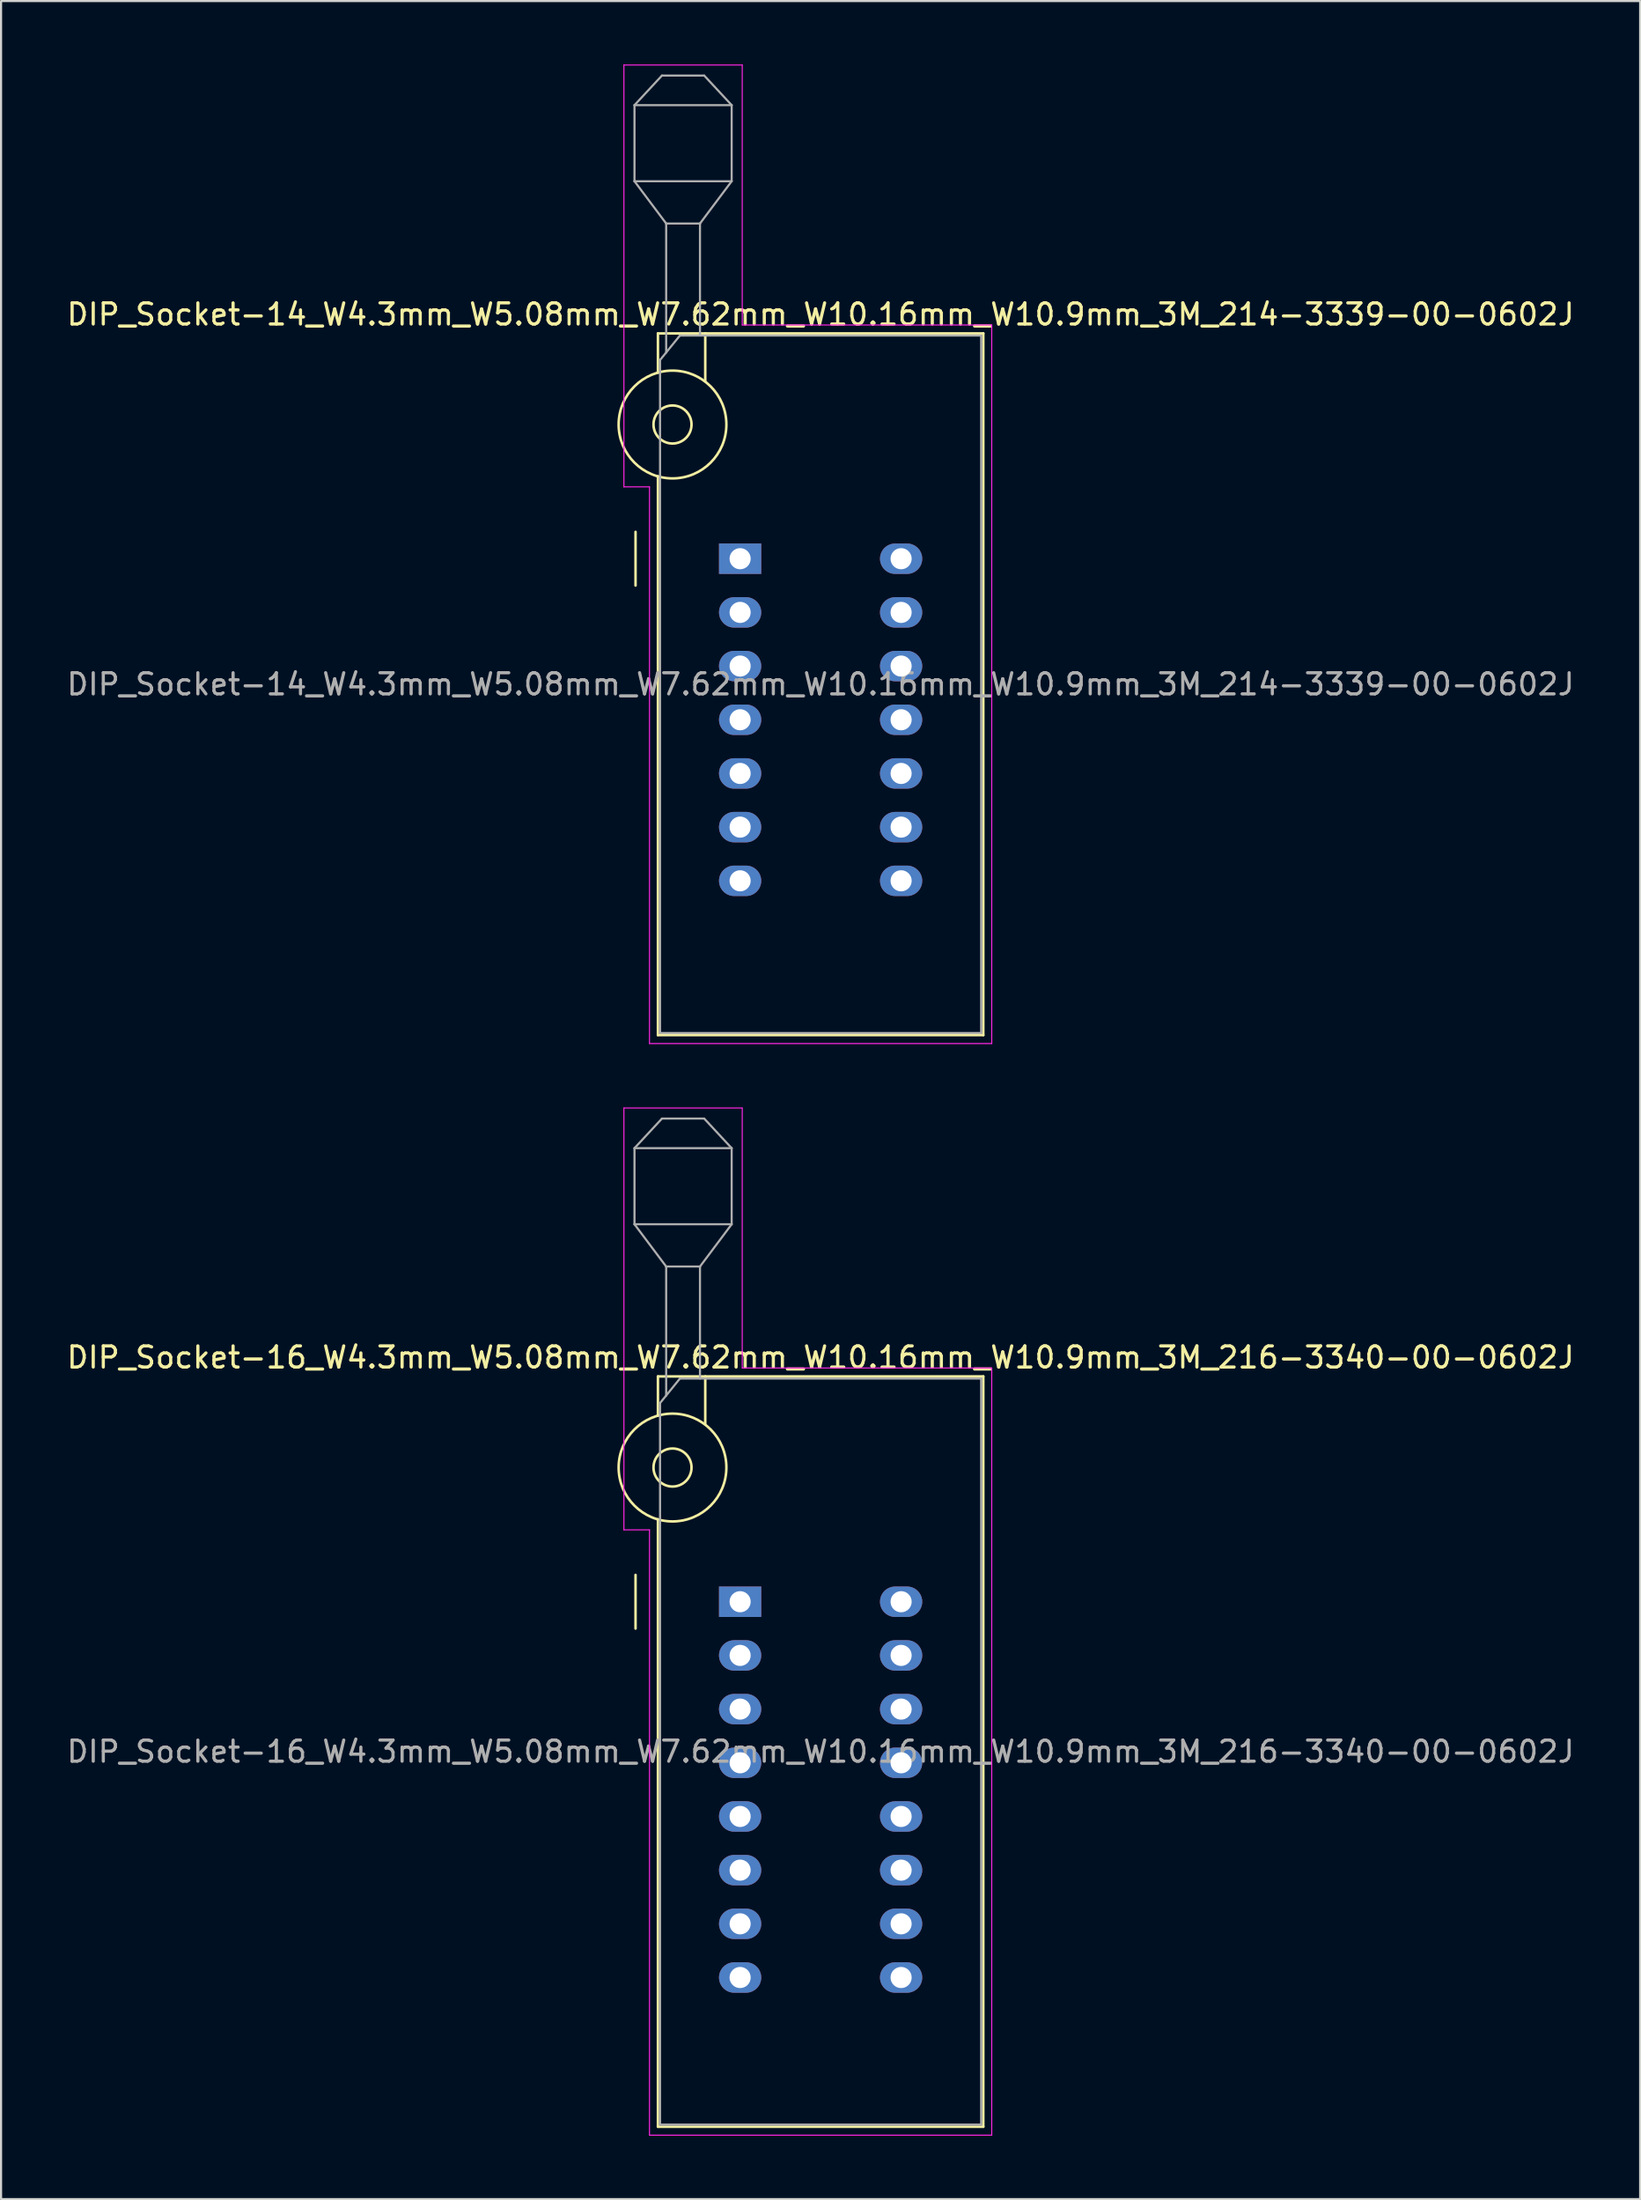
<source format=kicad_pcb>
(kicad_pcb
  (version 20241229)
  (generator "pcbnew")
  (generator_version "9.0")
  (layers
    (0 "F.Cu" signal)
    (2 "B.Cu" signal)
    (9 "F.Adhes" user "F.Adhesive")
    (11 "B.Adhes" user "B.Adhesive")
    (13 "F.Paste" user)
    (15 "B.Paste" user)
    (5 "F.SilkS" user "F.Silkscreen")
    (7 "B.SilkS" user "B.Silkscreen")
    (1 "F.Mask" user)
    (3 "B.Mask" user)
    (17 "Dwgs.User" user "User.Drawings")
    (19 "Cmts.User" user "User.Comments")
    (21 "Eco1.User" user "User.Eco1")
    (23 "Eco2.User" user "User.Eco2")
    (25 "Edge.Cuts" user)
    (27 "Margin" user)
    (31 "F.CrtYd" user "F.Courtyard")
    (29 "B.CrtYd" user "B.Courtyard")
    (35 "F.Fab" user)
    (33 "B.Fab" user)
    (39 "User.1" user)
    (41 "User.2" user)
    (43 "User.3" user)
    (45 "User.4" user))
  (footprint "DIP_Socket-14_W4.3mm_W5.08mm_W7.62mm_W10.16mm_W10.9mm_3M_214-3339-00-0602J"
    (layer "F.Cu")
    (at 31.982 23.385)
    (property "Reference" "DIP_Socket-14_W4.3mm_W5.08mm_W7.62mm_W10.16mm_W10.9mm_3M_214-3339-00-0602J" (at 3.81 -11.56 0) (layer "F.SilkS") (effects (font (size 1 1) (thickness 0.15))))
    (attr through_hole)
    (fp_line (start -4.95 1.27) (end -4.95 -1.27) (stroke (width 0.12) (type solid)) (layer "F.SilkS"))
    (fp_line (start -3.89 -10.66) (end -3.89 -8.8) (stroke (width 0.12) (type solid)) (layer "F.SilkS"))
    (fp_line (start -3.89 -3.9) (end -3.89 22.54) (stroke (width 0.12) (type solid)) (layer "F.SilkS"))
    (fp_line (start -3.89 22.54) (end 11.51 22.54) (stroke (width 0.12) (type solid)) (layer "F.SilkS"))
    (fp_line (start -1.65 -10.66) (end -1.65 -8.4) (stroke (width 0.12) (type solid)) (layer "F.SilkS"))
    (fp_line (start 11.51 -10.66) (end -3.89 -10.66) (stroke (width 0.12) (type solid)) (layer "F.SilkS"))
    (fp_line (start 11.51 22.54) (end 11.51 -10.66) (stroke (width 0.12) (type solid)) (layer "F.SilkS"))
    (fp_circle (center -3.2 -6.35) (end -2.3 -6.35) (stroke (width 0.12) (type solid)) (fill no) (layer "F.SilkS"))
    (fp_circle (center -3.2 -6.35) (end -0.65 -6.35) (stroke (width 0.12) (type solid)) (fill no) (layer "F.SilkS"))
    (fp_line (start -5.5 -23.36) (end 0.1 -23.36) (stroke (width 0.05) (type solid)) (layer "F.CrtYd"))
    (fp_line (start -5.5 -3.4) (end -5.5 -23.36) (stroke (width 0.05) (type solid)) (layer "F.CrtYd"))
    (fp_line (start -4.29 -3.4) (end -5.5 -3.4) (stroke (width 0.05) (type solid)) (layer "F.CrtYd"))
    (fp_line (start -4.29 22.94) (end -4.29 -3.4) (stroke (width 0.05) (type solid)) (layer "F.CrtYd"))
    (fp_line (start 0.1 -23.36) (end 0.1 -11.06) (stroke (width 0.05) (type solid)) (layer "F.CrtYd"))
    (fp_line (start 0.1 -11.06) (end 11.91 -11.06) (stroke (width 0.05) (type solid)) (layer "F.CrtYd"))
    (fp_line (start 11.91 -11.06) (end 11.91 22.94) (stroke (width 0.05) (type solid)) (layer "F.CrtYd"))
    (fp_line (start 11.91 22.94) (end -4.29 22.94) (stroke (width 0.05) (type solid)) (layer "F.CrtYd"))
    (fp_line (start -5 -21.46) (end -5 -17.86) (stroke (width 0.1) (type solid)) (layer "F.Fab"))
    (fp_line (start -5 -21.46) (end -3.7 -22.86) (stroke (width 0.1) (type solid)) (layer "F.Fab"))
    (fp_line (start -5 -17.86) (end -3.5 -15.86) (stroke (width 0.1) (type solid)) (layer "F.Fab"))
    (fp_line (start -5 -17.86) (end -0.4 -17.86) (stroke (width 0.1) (type solid)) (layer "F.Fab"))
    (fp_line (start -3.79 -9.4) (end -2.85 -10.56) (stroke (width 0.1) (type solid)) (layer "F.Fab"))
    (fp_line (start -3.79 22.44) (end -3.79 -9.4) (stroke (width 0.1) (type solid)) (layer "F.Fab"))
    (fp_line (start -3.7 -22.86) (end -1.7 -22.86) (stroke (width 0.1) (type solid)) (layer "F.Fab"))
    (fp_line (start -3.5 -15.86) (end -1.9 -15.86) (stroke (width 0.1) (type solid)) (layer "F.Fab"))
    (fp_line (start -3.5 -9.75) (end -3.5 -15.86) (stroke (width 0.1) (type solid)) (layer "F.Fab"))
    (fp_line (start -2.85 -10.56) (end 11.41 -10.56) (stroke (width 0.1) (type solid)) (layer "F.Fab"))
    (fp_line (start -1.9 -15.86) (end -1.9 -10.56) (stroke (width 0.1) (type solid)) (layer "F.Fab"))
    (fp_line (start -1.7 -22.86) (end -0.4 -21.46) (stroke (width 0.1) (type solid)) (layer "F.Fab"))
    (fp_line (start -0.4 -21.46) (end -5 -21.46) (stroke (width 0.1) (type solid)) (layer "F.Fab"))
    (fp_line (start -0.4 -17.86) (end -1.9 -15.86) (stroke (width 0.1) (type solid)) (layer "F.Fab"))
    (fp_line (start -0.4 -17.86) (end -0.4 -21.46) (stroke (width 0.1) (type solid)) (layer "F.Fab"))
    (fp_line (start 11.41 -10.56) (end 11.41 22.44) (stroke (width 0.1) (type solid)) (layer "F.Fab"))
    (fp_line (start 11.41 22.44) (end -3.79 22.44) (stroke (width 0.1) (type solid)) (layer "F.Fab"))
    (fp_text user "${REFERENCE}" (at 3.81 5.94 0) (layer "F.Fab") (effects (font (size 1 1) (thickness 0.15))))
    (pad "1" thru_hole rect (at 0 0) (size 2 1.44) (drill 1) (layers "*.Cu" "*.Mask"))
    (pad "2" thru_hole oval (at 0 2.54) (size 2 1.44) (drill 1) (layers "*.Cu" "*.Mask"))
    (pad "3" thru_hole oval (at 0 5.08) (size 2 1.44) (drill 1) (layers "*.Cu" "*.Mask"))
    (pad "4" thru_hole oval (at 0 7.62) (size 2 1.44) (drill 1) (layers "*.Cu" "*.Mask"))
    (pad "5" thru_hole oval (at 0 10.16) (size 2 1.44) (drill 1) (layers "*.Cu" "*.Mask"))
    (pad "6" thru_hole oval (at 0 12.7) (size 2 1.44) (drill 1) (layers "*.Cu" "*.Mask"))
    (pad "7" thru_hole oval (at 0 15.24) (size 2 1.44) (drill 1) (layers "*.Cu" "*.Mask"))
    (pad "8" thru_hole oval (at 7.62 15.24) (size 2 1.44) (drill 1) (layers "*.Cu" "*.Mask"))
    (pad "9" thru_hole oval (at 7.62 12.7) (size 2 1.44) (drill 1) (layers "*.Cu" "*.Mask"))
    (pad "10" thru_hole oval (at 7.62 10.16) (size 2 1.44) (drill 1) (layers "*.Cu" "*.Mask"))
    (pad "11" thru_hole oval (at 7.62 7.62) (size 2 1.44) (drill 1) (layers "*.Cu" "*.Mask"))
    (pad "12" thru_hole oval (at 7.62 5.08) (size 2 1.44) (drill 1) (layers "*.Cu" "*.Mask"))
    (pad "13" thru_hole oval (at 7.62 2.54) (size 2 1.44) (drill 1) (layers "*.Cu" "*.Mask"))
    (pad "14" thru_hole oval (at 7.62 0) (size 2 1.44) (drill 1) (layers "*.Cu" "*.Mask")))
  (footprint "DIP_Socket-16_W4.3mm_W5.08mm_W7.62mm_W10.16mm_W10.9mm_3M_216-3340-00-0602J"
    (layer "F.Cu")
    (at 31.982 72.735)
    (property "Reference" "DIP_Socket-16_W4.3mm_W5.08mm_W7.62mm_W10.16mm_W10.9mm_3M_216-3340-00-0602J" (at 3.81 -11.56 0) (layer "F.SilkS") (effects (font (size 1 1) (thickness 0.15))))
    (attr through_hole)
    (fp_line (start -4.95 1.27) (end -4.95 -1.27) (stroke (width 0.12) (type solid)) (layer "F.SilkS"))
    (fp_line (start -3.89 -10.66) (end -3.89 -8.8) (stroke (width 0.12) (type solid)) (layer "F.SilkS"))
    (fp_line (start -3.89 -3.9) (end -3.89 24.84) (stroke (width 0.12) (type solid)) (layer "F.SilkS"))
    (fp_line (start -3.89 24.84) (end 11.51 24.84) (stroke (width 0.12) (type solid)) (layer "F.SilkS"))
    (fp_line (start -1.65 -10.66) (end -1.65 -8.4) (stroke (width 0.12) (type solid)) (layer "F.SilkS"))
    (fp_line (start 11.51 -10.66) (end -3.89 -10.66) (stroke (width 0.12) (type solid)) (layer "F.SilkS"))
    (fp_line (start 11.51 24.84) (end 11.51 -10.66) (stroke (width 0.12) (type solid)) (layer "F.SilkS"))
    (fp_circle (center -3.2 -6.35) (end -2.3 -6.35) (stroke (width 0.12) (type solid)) (fill no) (layer "F.SilkS"))
    (fp_circle (center -3.2 -6.35) (end -0.65 -6.35) (stroke (width 0.12) (type solid)) (fill no) (layer "F.SilkS"))
    (fp_line (start -5.5 -23.36) (end 0.1 -23.36) (stroke (width 0.05) (type solid)) (layer "F.CrtYd"))
    (fp_line (start -5.5 -3.4) (end -5.5 -23.36) (stroke (width 0.05) (type solid)) (layer "F.CrtYd"))
    (fp_line (start -4.29 -3.4) (end -5.5 -3.4) (stroke (width 0.05) (type solid)) (layer "F.CrtYd"))
    (fp_line (start -4.29 25.24) (end -4.29 -3.4) (stroke (width 0.05) (type solid)) (layer "F.CrtYd"))
    (fp_line (start 0.1 -23.36) (end 0.1 -11.06) (stroke (width 0.05) (type solid)) (layer "F.CrtYd"))
    (fp_line (start 0.1 -11.06) (end 11.91 -11.06) (stroke (width 0.05) (type solid)) (layer "F.CrtYd"))
    (fp_line (start 11.91 -11.06) (end 11.91 25.24) (stroke (width 0.05) (type solid)) (layer "F.CrtYd"))
    (fp_line (start 11.91 25.24) (end -4.29 25.24) (stroke (width 0.05) (type solid)) (layer "F.CrtYd"))
    (fp_line (start -5 -21.46) (end -5 -17.86) (stroke (width 0.1) (type solid)) (layer "F.Fab"))
    (fp_line (start -5 -21.46) (end -3.7 -22.86) (stroke (width 0.1) (type solid)) (layer "F.Fab"))
    (fp_line (start -5 -17.86) (end -3.5 -15.86) (stroke (width 0.1) (type solid)) (layer "F.Fab"))
    (fp_line (start -5 -17.86) (end -0.4 -17.86) (stroke (width 0.1) (type solid)) (layer "F.Fab"))
    (fp_line (start -3.79 -9.4) (end -2.85 -10.56) (stroke (width 0.1) (type solid)) (layer "F.Fab"))
    (fp_line (start -3.79 24.74) (end -3.79 -9.4) (stroke (width 0.1) (type solid)) (layer "F.Fab"))
    (fp_line (start -3.7 -22.86) (end -1.7 -22.86) (stroke (width 0.1) (type solid)) (layer "F.Fab"))
    (fp_line (start -3.5 -15.86) (end -1.9 -15.86) (stroke (width 0.1) (type solid)) (layer "F.Fab"))
    (fp_line (start -3.5 -9.75) (end -3.5 -15.86) (stroke (width 0.1) (type solid)) (layer "F.Fab"))
    (fp_line (start -2.85 -10.56) (end 11.41 -10.56) (stroke (width 0.1) (type solid)) (layer "F.Fab"))
    (fp_line (start -1.9 -15.86) (end -1.9 -10.56) (stroke (width 0.1) (type solid)) (layer "F.Fab"))
    (fp_line (start -1.7 -22.86) (end -0.4 -21.46) (stroke (width 0.1) (type solid)) (layer "F.Fab"))
    (fp_line (start -0.4 -21.46) (end -5 -21.46) (stroke (width 0.1) (type solid)) (layer "F.Fab"))
    (fp_line (start -0.4 -17.86) (end -1.9 -15.86) (stroke (width 0.1) (type solid)) (layer "F.Fab"))
    (fp_line (start -0.4 -17.86) (end -0.4 -21.46) (stroke (width 0.1) (type solid)) (layer "F.Fab"))
    (fp_line (start 11.41 -10.56) (end 11.41 24.74) (stroke (width 0.1) (type solid)) (layer "F.Fab"))
    (fp_line (start 11.41 24.74) (end -3.79 24.74) (stroke (width 0.1) (type solid)) (layer "F.Fab"))
    (fp_text user "${REFERENCE}" (at 3.81 7.09 0) (layer "F.Fab") (effects (font (size 1 1) (thickness 0.15))))
    (pad "1" thru_hole rect (at 0 0) (size 2 1.44) (drill 1) (layers "*.Cu" "*.Mask"))
    (pad "2" thru_hole oval (at 0 2.54) (size 2 1.44) (drill 1) (layers "*.Cu" "*.Mask"))
    (pad "3" thru_hole oval (at 0 5.08) (size 2 1.44) (drill 1) (layers "*.Cu" "*.Mask"))
    (pad "4" thru_hole oval (at 0 7.62) (size 2 1.44) (drill 1) (layers "*.Cu" "*.Mask"))
    (pad "5" thru_hole oval (at 0 10.16) (size 2 1.44) (drill 1) (layers "*.Cu" "*.Mask"))
    (pad "6" thru_hole oval (at 0 12.7) (size 2 1.44) (drill 1) (layers "*.Cu" "*.Mask"))
    (pad "7" thru_hole oval (at 0 15.24) (size 2 1.44) (drill 1) (layers "*.Cu" "*.Mask"))
    (pad "8" thru_hole oval (at 0 17.78) (size 2 1.44) (drill 1) (layers "*.Cu" "*.Mask"))
    (pad "9" thru_hole oval (at 7.62 17.78) (size 2 1.44) (drill 1) (layers "*.Cu" "*.Mask"))
    (pad "10" thru_hole oval (at 7.62 15.24) (size 2 1.44) (drill 1) (layers "*.Cu" "*.Mask"))
    (pad "11" thru_hole oval (at 7.62 12.7) (size 2 1.44) (drill 1) (layers "*.Cu" "*.Mask"))
    (pad "12" thru_hole oval (at 7.62 10.16) (size 2 1.44) (drill 1) (layers "*.Cu" "*.Mask"))
    (pad "13" thru_hole oval (at 7.62 7.62) (size 2 1.44) (drill 1) (layers "*.Cu" "*.Mask"))
    (pad "14" thru_hole oval (at 7.62 5.08) (size 2 1.44) (drill 1) (layers "*.Cu" "*.Mask"))
    (pad "15" thru_hole oval (at 7.62 2.54) (size 2 1.44) (drill 1) (layers "*.Cu" "*.Mask"))
    (pad "16" thru_hole oval (at 7.62 0) (size 2 1.44) (drill 1) (layers "*.Cu" "*.Mask")))
  (gr_rect
    (start -3 -3)
    (end 74.583 101)
    (stroke (width 0.1) (type default))
    (fill no)
    (layer "Edge.Cuts")))
</source>
